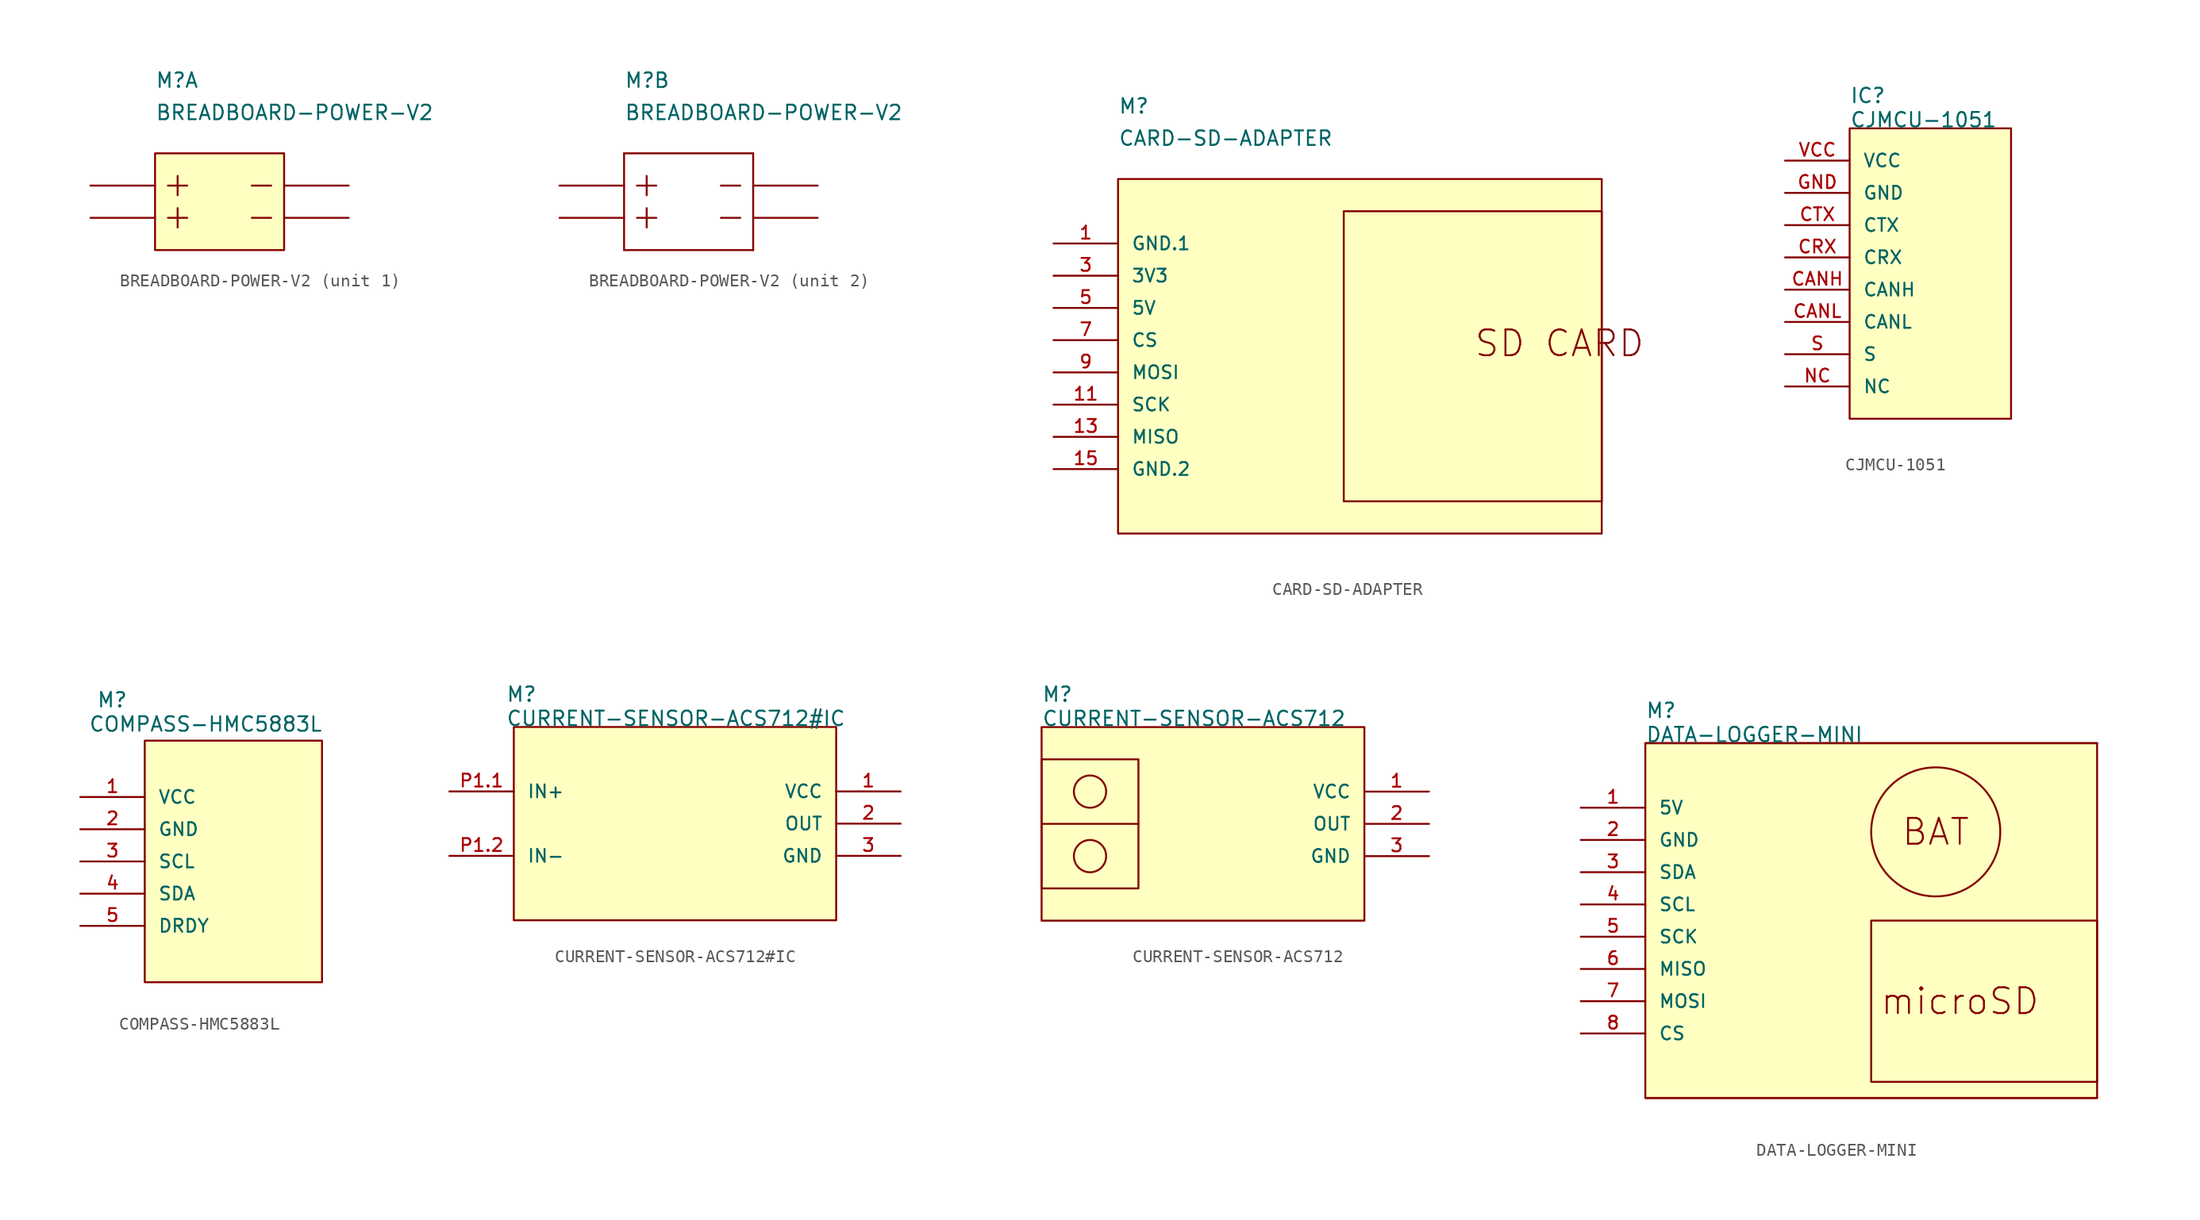
<source format=kicad_sym>
(kicad_symbol_lib
  (version 20211014)
  (generator kicad_symbol_editor)
  (symbol "BREADBOARD-POWER-V2"
    (pin_numbers hide)
    (pin_names
      (offset 1.016) hide)
    (property "Reference" "M"
      (at -5.08 7.62 0)
      (effects (font (size 1.143 1.143)) (justify left bottom)))
    (property "Value" "BREADBOARD-POWER-V2"
      (at -5.08 5.08 0)
      (effects (font (size 1.143 1.143)) (justify left bottom)))
    (property "ki_locked" ""
      (at 0 0 0)
      (effects (font (size 1.27 1.27))))
    (symbol "BREADBOARD-POWER-V2_1_0"
      (rectangle (start -5.08 2.54) (end 5.08 -5.08) (stroke (width 0) (type default) (color 0 0 0 0)) (fill (type background)))
      (polyline (pts (xy -3.302 -3.302) (xy -3.302 -1.778)) (stroke (width 0) (type default) (color 0 0 0 0)) (fill (type none)))
      (polyline (pts (xy -3.302 -0.762) (xy -3.302 0.762)) (stroke (width 0) (type default) (color 0 0 0 0)) (fill (type none)))
      (polyline (pts (xy -2.54 -2.54) (xy -4.064 -2.54)) (stroke (width 0) (type default) (color 0 0 0 0)) (fill (type none)))
      (polyline (pts (xy -2.54 0) (xy -4.064 0)) (stroke (width 0) (type default) (color 0 0 0 0)) (fill (type none)))
      (polyline (pts (xy 2.54 -2.54) (xy 4.064 -2.54)) (stroke (width 0) (type default) (color 0 0 0 0)) (fill (type none)))
      (polyline (pts (xy 2.54 0) (xy 4.064 0)) (stroke (width 0) (type default) (color 0 0 0 0)) (fill (type none))))
    (symbol "BREADBOARD-POWER-V2_1_1"
      (pin bidirectional line (at 10.16 0 180) (length 5.08) (name "M.1" (effects (font (size 1.016 1.016)))) (number "A.M.1" (effects (font (size 1.016 1.016)))))
      (pin bidirectional line (at 10.16 -2.54 180) (length 5.08) (name "M.2" (effects (font (size 1.016 1.016)))) (number "A.M.2" (effects (font (size 1.016 1.016)))))
      (pin bidirectional line (at -10.16 0 0) (length 5.08) (name "P.1" (effects (font (size 1.016 1.016)))) (number "A.P.1" (effects (font (size 1.016 1.016)))))
      (pin bidirectional line (at -10.16 -2.54 0) (length 5.08) (name "P.2" (effects (font (size 1.016 1.016)))) (number "A.P.2" (effects (font (size 1.016 1.016))))))
    (symbol "BREADBOARD-POWER-V2_2_0"
      (polyline (pts (xy -5.08 -5.08) (xy 5.08 -5.08)) (stroke (width 0) (type default) (color 0 0 0 0)) (fill (type none)))
      (polyline (pts (xy -5.08 2.54) (xy -5.08 -5.08)) (stroke (width 0) (type default) (color 0 0 0 0)) (fill (type none)))
      (polyline (pts (xy -3.302 -3.302) (xy -3.302 -1.778)) (stroke (width 0) (type default) (color 0 0 0 0)) (fill (type none)))
      (polyline (pts (xy -3.302 -0.762) (xy -3.302 0.762)) (stroke (width 0) (type default) (color 0 0 0 0)) (fill (type none)))
      (polyline (pts (xy -2.54 -2.54) (xy -4.064 -2.54)) (stroke (width 0) (type default) (color 0 0 0 0)) (fill (type none)))
      (polyline (pts (xy -2.54 0) (xy -4.064 0)) (stroke (width 0) (type default) (color 0 0 0 0)) (fill (type none)))
      (polyline (pts (xy 2.54 -2.54) (xy 4.064 -2.54)) (stroke (width 0) (type default) (color 0 0 0 0)) (fill (type none)))
      (polyline (pts (xy 2.54 0) (xy 4.064 0)) (stroke (width 0) (type default) (color 0 0 0 0)) (fill (type none)))
      (polyline (pts (xy 5.08 -5.08) (xy 5.08 2.54)) (stroke (width 0) (type default) (color 0 0 0 0)) (fill (type none)))
      (polyline (pts (xy 5.08 2.54) (xy -5.08 2.54)) (stroke (width 0) (type default) (color 0 0 0 0)) (fill (type none))))
    (symbol "BREADBOARD-POWER-V2_2_1"
      (pin bidirectional line (at 10.16 0 180) (length 5.08) (name "M.1" (effects (font (size 1.016 1.016)))) (number "B.M.1" (effects (font (size 1.016 1.016)))))
      (pin bidirectional line (at 10.16 -2.54 180) (length 5.08) (name "M.2" (effects (font (size 1.016 1.016)))) (number "B.M.2" (effects (font (size 1.016 1.016)))))
      (pin bidirectional line (at -10.16 0 0) (length 5.08) (name "P.1" (effects (font (size 1.016 1.016)))) (number "B.P.1" (effects (font (size 1.016 1.016)))))
      (pin bidirectional line (at -10.16 -2.54 0) (length 5.08) (name "P.2" (effects (font (size 1.016 1.016)))) (number "B.P.2" (effects (font (size 1.016 1.016)))))))
  (symbol "CARD-SD-ADAPTER"
    (pin_names
      (offset 1.016))
    (property "Reference" "M"
      (at -17.78 20.32 0)
      (effects (font (size 1.143 1.143)) (justify left bottom)))
    (property "Value" "CARD-SD-ADAPTER"
      (at -17.78 17.78 0)
      (effects (font (size 1.143 1.143)) (justify left bottom)))
    (property "ki_locked" ""
      (at 0 0 0)
      (effects (font (size 1.27 1.27))))
    (symbol "CARD-SD-ADAPTER_1_0"
      (rectangle (start -17.78 15.24) (end 20.32 -12.7) (stroke (width 0) (type default) (color 0 0 0 0)) (fill (type background)))
      (rectangle (start 0 12.7) (end 20.32 -10.16) (stroke (width 0) (type default) (color 0 0 0 0)) (fill (type none)))
      (text "SD CARD" (at 16.993 2.286 0) (effects (font (size 2.032 2.032)))))
    (symbol "CARD-SD-ADAPTER_1_1"
      (pin power_in line (at -22.86 10.16 0) (length 5.08) (name "GND.1" (effects (font (size 1.016 1.016)))) (number "1" (effects (font (size 1.016 1.016)))))
      (pin bidirectional line (at -22.86 -2.54 0) (length 5.08) (name "SCK" (effects (font (size 1.016 1.016)))) (number "11" (effects (font (size 1.016 1.016)))))
      (pin bidirectional line (at -22.86 -5.08 0) (length 5.08) (name "MISO" (effects (font (size 1.016 1.016)))) (number "13" (effects (font (size 1.016 1.016)))))
      (pin power_in line (at -22.86 -7.62 0) (length 5.08) (name "GND.2" (effects (font (size 1.016 1.016)))) (number "15" (effects (font (size 1.016 1.016)))))
      (pin power_in line (at -22.86 7.62 0) (length 5.08) (name "3V3" (effects (font (size 1.016 1.016)))) (number "3" (effects (font (size 1.016 1.016)))))
      (pin power_in line (at -22.86 5.08 0) (length 5.08) (name "5V" (effects (font (size 1.016 1.016)))) (number "5" (effects (font (size 1.016 1.016)))))
      (pin bidirectional line (at -22.86 2.54 0) (length 5.08) (name "CS" (effects (font (size 1.016 1.016)))) (number "7" (effects (font (size 1.016 1.016)))))
      (pin bidirectional line (at -22.86 0 0) (length 5.08) (name "MOSI" (effects (font (size 1.016 1.016)))) (number "9" (effects (font (size 1.016 1.016)))))))
  (symbol "CJMCU-1051"
    (pin_names
      (offset 1.016))
    (property "Reference" "IC"
      (at 5.08 12.065 0)
      (effects (font (size 1.143 1.143)) (justify left bottom)))
    (property "Value" "CJMCU-1051"
      (at 5.08 10.16 0)
      (effects (font (size 1.143 1.143)) (justify left bottom)))
    (property "ki_locked" ""
      (at 0 0 0)
      (effects (font (size 1.27 1.27))))
    (symbol "CJMCU-1051_1_1"
      (rectangle (start 5.08 10.16) (end 17.78 -12.7) (stroke (width 0) (type default) (color 0 0 0 0)) (fill (type background)))
      (pin bidirectional line (at 0 -2.54 0) (length 5.08) (name "CANH" (effects (font (size 1.016 1.016)))) (number "CANH" (effects (font (size 1.016 1.016)))))
      (pin bidirectional line (at 0 -5.08 0) (length 5.08) (name "CANL" (effects (font (size 1.016 1.016)))) (number "CANL" (effects (font (size 1.016 1.016)))))
      (pin bidirectional line (at 0 0 0) (length 5.08) (name "CRX" (effects (font (size 1.016 1.016)))) (number "CRX" (effects (font (size 1.016 1.016)))))
      (pin bidirectional line (at 0 2.54 0) (length 5.08) (name "CTX" (effects (font (size 1.016 1.016)))) (number "CTX" (effects (font (size 1.016 1.016)))))
      (pin bidirectional line (at 0 5.08 0) (length 5.08) (name "GND" (effects (font (size 1.016 1.016)))) (number "GND" (effects (font (size 1.016 1.016)))))
      (pin bidirectional line (at 0 -10.16 0) (length 5.08) (name "NC" (effects (font (size 1.016 1.016)))) (number "NC" (effects (font (size 1.016 1.016)))))
      (pin bidirectional line (at 0 -7.62 0) (length 5.08) (name "S" (effects (font (size 1.016 1.016)))) (number "S" (effects (font (size 1.016 1.016)))))
      (pin bidirectional line (at 0 7.62 0) (length 5.08) (name "VCC" (effects (font (size 1.016 1.016)))) (number "VCC" (effects (font (size 1.016 1.016)))))))
  (symbol "COMPASS-HMC5883L"
    (pin_names
      (offset 1.016))
    (property "Reference" "M"
      (at -3.81 12.065 0)
      (effects (font (size 1.143 1.143)) (justify left bottom)))
    (property "Value" "COMPASS-HMC5883L"
      (at -4.445 10.16 0)
      (effects (font (size 1.143 1.143)) (justify left bottom)))
    (property "ki_locked" ""
      (at 0 0 0)
      (effects (font (size 1.27 1.27))))
    (symbol "COMPASS-HMC5883L_1_0"
      (rectangle (start 0 9.525) (end 13.97 -9.525) (stroke (width 0) (type default) (color 0 0 0 0)) (fill (type background))))
    (symbol "COMPASS-HMC5883L_1_1"
      (pin power_in line (at -5.08 5.08 0) (length 5.08) (name "VCC" (effects (font (size 1.016 1.016)))) (number "1" (effects (font (size 1.016 1.016)))))
      (pin power_in line (at -5.08 2.54 0) (length 5.08) (name "GND" (effects (font (size 1.016 1.016)))) (number "2" (effects (font (size 1.016 1.016)))))
      (pin bidirectional line (at -5.08 0 0) (length 5.08) (name "SCL" (effects (font (size 1.016 1.016)))) (number "3" (effects (font (size 1.016 1.016)))))
      (pin bidirectional line (at -5.08 -2.54 0) (length 5.08) (name "SDA" (effects (font (size 1.016 1.016)))) (number "4" (effects (font (size 1.016 1.016)))))
      (pin bidirectional line (at -5.08 -5.08 0) (length 5.08) (name "DRDY" (effects (font (size 1.016 1.016)))) (number "5" (effects (font (size 1.016 1.016)))))))
  (symbol "CURRENT-SENSOR-ACS712#IC"
    (pin_names
      (offset 1.016))
    (property "Reference" "M"
      (at -13.335 9.525 0)
      (effects (font (size 1.143 1.143)) (justify left bottom)))
    (property "Value" "CURRENT-SENSOR-ACS712#IC"
      (at -13.335 7.62 0)
      (effects (font (size 1.143 1.143)) (justify left bottom)))
    (property "ki_locked" ""
      (at 0 0 0)
      (effects (font (size 1.27 1.27))))
    (symbol "CURRENT-SENSOR-ACS712#IC_1_0"
      (rectangle (start -12.7 7.62) (end 12.7 -7.62) (stroke (width 0) (type default) (color 0 0 0 0)) (fill (type background))))
    (symbol "CURRENT-SENSOR-ACS712#IC_1_1"
      (pin power_in line (at 17.78 2.54 180) (length 5.08) (name "VCC" (effects (font (size 1.016 1.016)))) (number "1" (effects (font (size 1.016 1.016)))))
      (pin output line (at 17.78 0 180) (length 5.08) (name "OUT" (effects (font (size 1.016 1.016)))) (number "2" (effects (font (size 1.016 1.016)))))
      (pin power_in line (at 17.78 -2.54 180) (length 5.08) (name "GND" (effects (font (size 1.016 1.016)))) (number "3" (effects (font (size 1.016 1.016)))))
      (pin bidirectional line (at -17.78 2.54 0) (length 5.08) (name "IN+" (effects (font (size 1.016 1.016)))) (number "P1.1" (effects (font (size 1.016 1.016)))))
      (pin bidirectional line (at -17.78 -2.54 0) (length 5.08) (name "IN-" (effects (font (size 1.016 1.016)))) (number "P1.2" (effects (font (size 1.016 1.016)))))))
  (symbol "CURRENT-SENSOR-ACS712"
    (pin_names
      (offset 1.016))
    (property "Reference" "M"
      (at -12.7 9.525 0)
      (effects (font (size 1.143 1.143)) (justify left bottom)))
    (property "Value" "CURRENT-SENSOR-ACS712"
      (at -12.7 7.62 0)
      (effects (font (size 1.143 1.143)) (justify left bottom)))
    (property "ki_locked" ""
      (at 0 0 0)
      (effects (font (size 1.27 1.27))))
    (symbol "CURRENT-SENSOR-ACS712_1_0"
      (rectangle (start -5.08 5.08) (end -12.7 -5.08) (stroke (width 0) (type default) (color 0 0 0 0)) (fill (type none)))
      (polyline (pts (xy -12.7 0) (xy -5.08 0)) (stroke (width 0) (type default) (color 0 0 0 0)) (fill (type none)))
      (rectangle (start 12.7 7.62) (end -12.7 -7.62) (stroke (width 0) (type default) (color 0 0 0 0)) (fill (type background))))
    (symbol "CURRENT-SENSOR-ACS712_1_1"
      (circle (center -8.89 -2.54) (radius 1.27) (stroke (width 0) (type default) (color 0 0 0 0)) (fill (type none)))
      (circle (center -8.89 2.54) (radius 1.27) (stroke (width 0) (type default) (color 0 0 0 0)) (fill (type none)))
      (pin power_in line (at 17.78 2.54 180) (length 5.08) (name "VCC" (effects (font (size 1.016 1.016)))) (number "1" (effects (font (size 1.016 1.016)))))
      (pin output line (at 17.78 0 180) (length 5.08) (name "OUT" (effects (font (size 1.016 1.016)))) (number "2" (effects (font (size 1.016 1.016)))))
      (pin power_in line (at 17.78 -2.54 180) (length 5.08) (name "GND" (effects (font (size 1.016 1.016)))) (number "3" (effects (font (size 1.016 1.016)))))))
  (symbol "DATA-LOGGER-MINI"
    (pin_names
      (offset 1.016))
    (property "Reference" "M"
      (at -17.78 15.875 0)
      (effects (font (size 1.143 1.143)) (justify left bottom)))
    (property "Value" "DATA-LOGGER-MINI"
      (at -17.78 13.97 0)
      (effects (font (size 1.143 1.143)) (justify left bottom)))
    (property "ki_locked" ""
      (at 0 0 0)
      (effects (font (size 1.27 1.27))))
    (symbol "DATA-LOGGER-MINI_1_0"
      (rectangle (start -17.78 13.97) (end 17.78 -13.97) (stroke (width 0) (type default) (color 0 0 0 0)) (fill (type background)))
      (polyline (pts (xy -17.78 13.97) (xy 17.78 13.97)) (stroke (width 0) (type default) (color 0 0 0 0)) (fill (type none)))
      (polyline (pts (xy 17.78 -13.97) (xy -17.78 -13.97)) (stroke (width 0) (type default) (color 0 0 0 0)) (fill (type none)))
      (rectangle (start 0 0) (end 17.78 -12.7) (stroke (width 0) (type default) (color 0 0 0 0)) (fill (type none)))
      (text "BAT" (at 5.08 6.985 0) (effects (font (size 2.032 2.032))))
      (text "microSD" (at 6.985 -6.35 0) (effects (font (size 2.032 2.032)))))
    (symbol "DATA-LOGGER-MINI_1_1"
      (circle (center 5.08 6.985) (radius 5.08) (stroke (width 0) (type default) (color 0 0 0 0)) (fill (type none)))
      (pin power_in line (at -22.86 8.89 0) (length 5.08) (name "5V" (effects (font (size 1.016 1.016)))) (number "1" (effects (font (size 1.016 1.016)))))
      (pin power_in line (at -22.86 6.35 0) (length 5.08) (name "GND" (effects (font (size 1.016 1.016)))) (number "2" (effects (font (size 1.016 1.016)))))
      (pin bidirectional line (at -22.86 3.81 0) (length 5.08) (name "SDA" (effects (font (size 1.016 1.016)))) (number "3" (effects (font (size 1.016 1.016)))))
      (pin bidirectional line (at -22.86 1.27 0) (length 5.08) (name "SCL" (effects (font (size 1.016 1.016)))) (number "4" (effects (font (size 1.016 1.016)))))
      (pin bidirectional line (at -22.86 -1.27 0) (length 5.08) (name "SCK" (effects (font (size 1.016 1.016)))) (number "5" (effects (font (size 1.016 1.016)))))
      (pin bidirectional line (at -22.86 -3.81 0) (length 5.08) (name "MISO" (effects (font (size 1.016 1.016)))) (number "6" (effects (font (size 1.016 1.016)))))
      (pin bidirectional line (at -22.86 -6.35 0) (length 5.08) (name "MOSI" (effects (font (size 1.016 1.016)))) (number "7" (effects (font (size 1.016 1.016)))))
      (pin power_in line (at -22.86 -8.89 0) (length 5.08) (name "CS" (effects (font (size 1.016 1.016)))) (number "8" (effects (font (size 1.016 1.016))))))))
</source>
